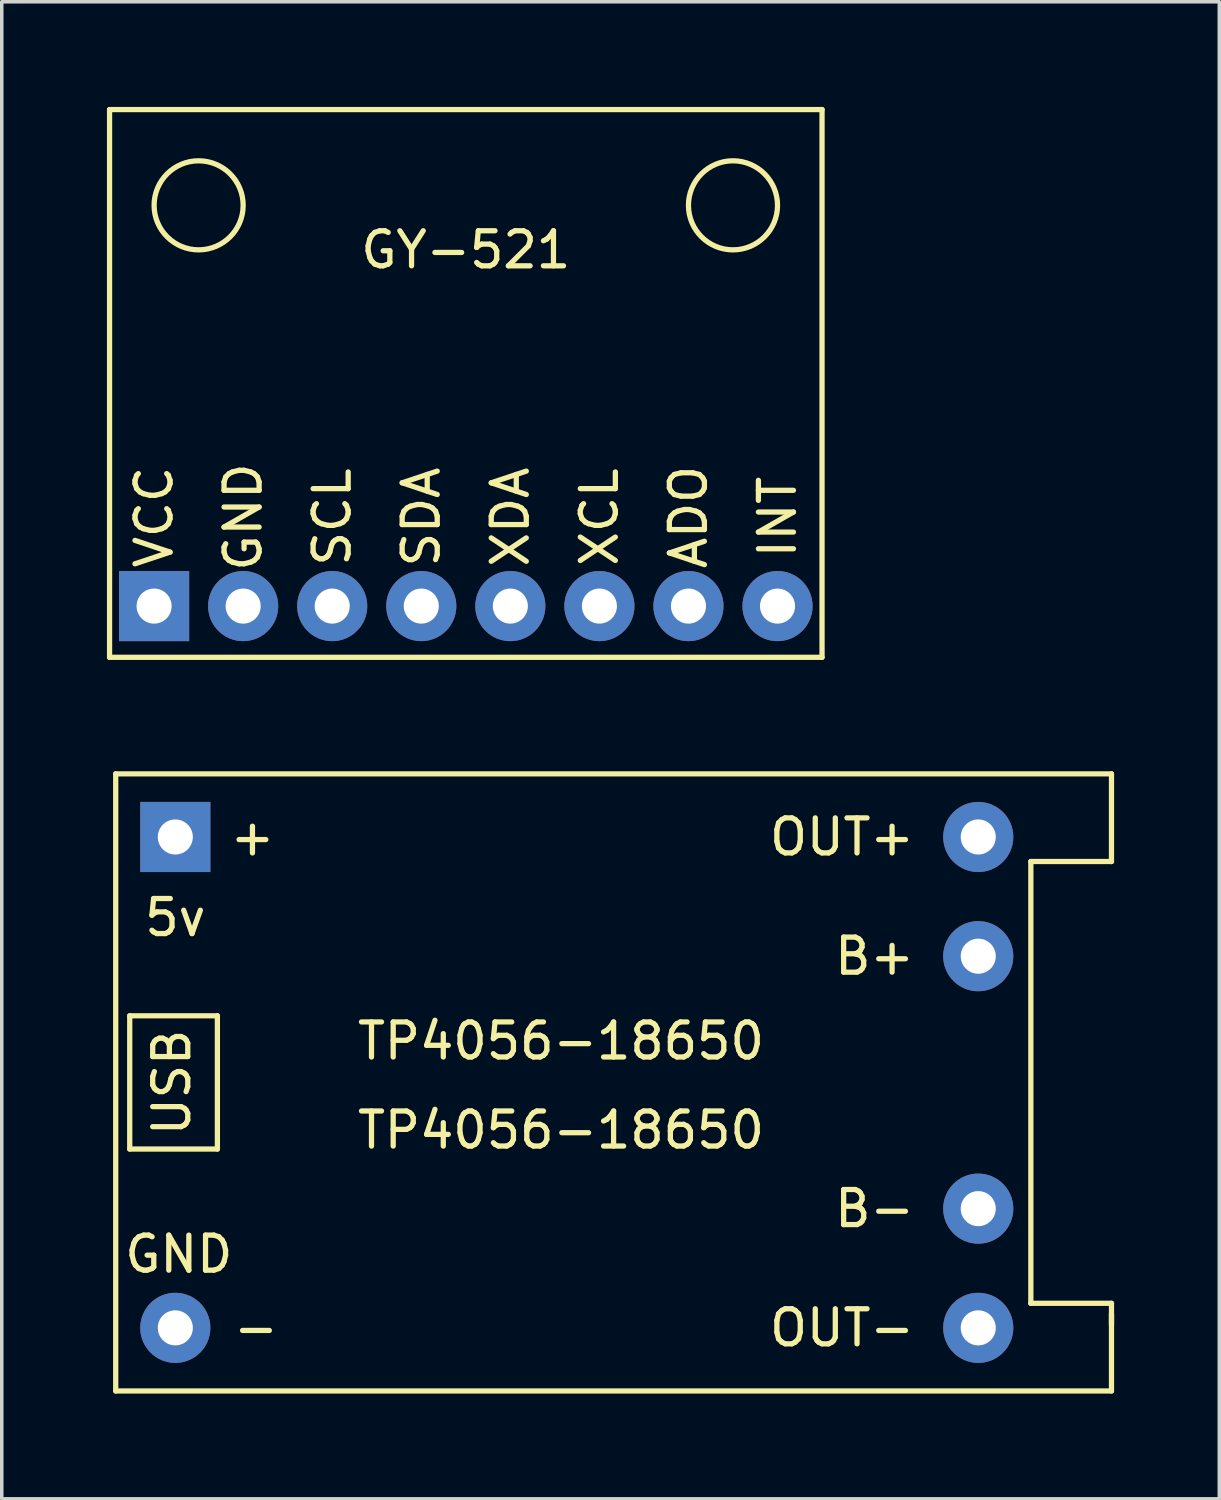
<source format=kicad_pcb>
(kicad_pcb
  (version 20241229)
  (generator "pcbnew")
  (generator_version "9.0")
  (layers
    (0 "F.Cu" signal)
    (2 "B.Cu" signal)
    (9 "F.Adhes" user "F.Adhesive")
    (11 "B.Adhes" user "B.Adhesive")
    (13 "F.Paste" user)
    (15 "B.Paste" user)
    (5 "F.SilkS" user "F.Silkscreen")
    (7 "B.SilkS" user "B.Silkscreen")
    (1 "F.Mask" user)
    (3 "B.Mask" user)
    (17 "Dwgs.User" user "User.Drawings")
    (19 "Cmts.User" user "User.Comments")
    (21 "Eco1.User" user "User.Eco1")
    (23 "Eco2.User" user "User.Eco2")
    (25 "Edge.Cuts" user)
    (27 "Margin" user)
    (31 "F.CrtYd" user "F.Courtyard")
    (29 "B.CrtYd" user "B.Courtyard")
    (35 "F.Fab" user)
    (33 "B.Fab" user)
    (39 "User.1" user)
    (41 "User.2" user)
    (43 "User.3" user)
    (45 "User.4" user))
  (footprint "TP4056-18650"
    (layer "F.Cu")
    (at 0.25 19.021)
    (property "Reference" "TP4056-18650" (at 12.7 7.62 0) (layer "F.SilkS") (effects (font (size 1 1) (thickness 0.15))))
    (attr through_hole)
    (fp_line (start 0 0) (end 28.4 0) (stroke (width 0.15) (type solid)) (layer "F.SilkS"))
    (fp_line (start 0 17.6) (end 0 0) (stroke (width 0.15) (type solid)) (layer "F.SilkS"))
    (fp_line (start 0.4 6.9) (end 2.9 6.9) (stroke (width 0.15) (type solid)) (layer "F.SilkS"))
    (fp_line (start 0.4 10.7) (end 0.4 6.9) (stroke (width 0.15) (type solid)) (layer "F.SilkS"))
    (fp_line (start 2.9 6.9) (end 2.9 10.7) (stroke (width 0.15) (type solid)) (layer "F.SilkS"))
    (fp_line (start 2.9 10.7) (end 0.4 10.7) (stroke (width 0.15) (type solid)) (layer "F.SilkS"))
    (fp_line (start 26.1 2.5) (end 26.1 15.1) (stroke (width 0.15) (type solid)) (layer "F.SilkS"))
    (fp_line (start 26.1 15.1) (end 28.4 15.1) (stroke (width 0.15) (type solid)) (layer "F.SilkS"))
    (fp_line (start 28.4 0) (end 28.4 2.5) (stroke (width 0.15) (type solid)) (layer "F.SilkS"))
    (fp_line (start 28.4 2.5) (end 26.1 2.5) (stroke (width 0.15) (type solid)) (layer "F.SilkS"))
    (fp_line (start 28.4 15.1) (end 28.4 17.6) (stroke (width 0.15) (type solid)) (layer "F.SilkS"))
    (fp_line (start 28.4 15.4) (end 28.4 15.7) (stroke (width 0.15) (type solid)) (layer "F.SilkS"))
    (fp_line (start 28.4 17.6) (end 0 17.6) (stroke (width 0.15) (type solid)) (layer "F.SilkS"))
    (fp_text user "B+" (at 22.86 5.2 0) (layer "F.SilkS") (effects (font (size 1 1) (thickness 0.15)) (justify right)))
    (fp_text user "+" (at 3.9 1.8 0) (layer "F.SilkS") (effects (font (size 1 1) (thickness 0.15))))
    (fp_text user "OUT-" (at 22.86 15.8 0) (layer "F.SilkS") (effects (font (size 1 1) (thickness 0.15)) (justify right)))
    (fp_text user "TP4056-18650" (at 12.7 10.16 0) (layer "F.SilkS") (effects (font (size 1 1) (thickness 0.15))))
    (fp_text user "USB" (at 1.6 8.8 90) (layer "F.SilkS") (effects (font (size 1 1) (thickness 0.15))))
    (fp_text user "5v" (at 1.7 4.1 0) (layer "F.SilkS") (effects (font (size 1 1) (thickness 0.15))))
    (fp_text user "B-" (at 22.86 12.4 0) (layer "F.SilkS") (effects (font (size 1 1) (thickness 0.15)) (justify right)))
    (fp_text user "GND" (at 1.8 13.7 0) (layer "F.SilkS") (effects (font (size 1 1) (thickness 0.15))))
    (fp_text user "OUT+" (at 22.86 1.8 0) (layer "F.SilkS") (effects (font (size 1 1) (thickness 0.15)) (justify right)))
    (fp_text user "-" (at 4 15.8 0) (layer "F.SilkS") (effects (font (size 1 1) (thickness 0.15))))
    (pad "1" thru_hole rect (at 1.7 1.8) (size 2 2) (drill 1) (layers "*.Cu" "*.Mask"))
    (pad "2" thru_hole circle (at 1.7 15.8) (size 2 2) (drill 1) (layers "*.Cu" "*.Mask"))
    (pad "3" thru_hole circle (at 24.6 1.8) (size 2 2) (drill 1) (layers "*.Cu" "*.Mask"))
    (pad "4" thru_hole circle (at 24.6 15.8) (size 2 2) (drill 1) (layers "*.Cu" "*.Mask"))
    (pad "5" thru_hole circle (at 24.6 5.2) (size 2 2) (drill 1) (layers "*.Cu" "*.Mask"))
    (pad "6" thru_hole circle (at 24.6 12.4) (size 2 2) (drill 1) (layers "*.Cu" "*.Mask")))
  (footprint "GY-521"
    (layer "F.Cu")
    (at 10.235 7.886)
    (property "Reference" "GY-521" (at 0 -3.81 0) (layer "F.SilkS") (effects (font (size 1 1) (thickness 0.15))))
    (fp_line (start -10.16 -7.811) (end 10.16 -7.811) (stroke (width 0.15) (type solid)) (layer "F.SilkS"))
    (fp_line (start -10.16 7.811) (end -10.16 -7.811) (stroke (width 0.15) (type solid)) (layer "F.SilkS"))
    (fp_line (start 10.16 -7.811) (end 10.16 7.811) (stroke (width 0.15) (type solid)) (layer "F.SilkS"))
    (fp_line (start 10.16 7.811) (end -10.16 7.811) (stroke (width 0.15) (type solid)) (layer "F.SilkS"))
    (fp_circle (center -7.62 -5.08) (end -6.35 -5.08) (stroke (width 0.15) (type solid)) (fill no) (layer "F.SilkS"))
    (fp_circle (center 7.62 -5.08) (end 8.89 -5.08) (stroke (width 0.15) (type solid)) (fill no) (layer "F.SilkS"))
    (fp_text user "ADO" (at 6.35 3.81 90) (unlocked yes) (layer "F.SilkS") (effects (font (size 1 1) (thickness 0.15))))
    (fp_text user "SDA" (at -1.27 3.81 90) (unlocked yes) (layer "F.SilkS") (effects (font (size 1 1) (thickness 0.15))))
    (fp_text user "XDA" (at 1.27 3.81 90) (unlocked yes) (layer "F.SilkS") (effects (font (size 1 1) (thickness 0.15))))
    (fp_text user "XCL" (at 3.81 3.81 90) (unlocked yes) (layer "F.SilkS") (effects (font (size 1 1) (thickness 0.15))))
    (fp_text user "INT" (at 8.89 3.81 90) (unlocked yes) (layer "F.SilkS") (effects (font (size 1 1) (thickness 0.15))))
    (fp_text user "SCL" (at -3.81 3.81 90) (unlocked yes) (layer "F.SilkS") (effects (font (size 1 1) (thickness 0.15))))
    (fp_text user "GND" (at -6.35 3.81 90) (unlocked yes) (layer "F.SilkS") (effects (font (size 1 1) (thickness 0.15))))
    (fp_text user "VCC" (at -8.89 3.81 90) (unlocked yes) (layer "F.SilkS") (effects (font (size 1 1) (thickness 0.15))))
    (pad "1" thru_hole rect (at -8.89 6.35) (size 2 2) (drill 1) (layers "*.Cu" "*.Mask"))
    (pad "2" thru_hole circle (at -6.35 6.35) (size 2 2) (drill 1) (layers "*.Cu" "*.Mask"))
    (pad "3" thru_hole circle (at -3.81 6.35) (size 2 2) (drill 1) (layers "*.Cu" "*.Mask"))
    (pad "4" thru_hole circle (at -1.27 6.35) (size 2 2) (drill 1) (layers "*.Cu" "*.Mask"))
    (pad "5" thru_hole circle (at 1.27 6.35) (size 2 2) (drill 1) (layers "*.Cu" "*.Mask"))
    (pad "6" thru_hole circle (at 3.81 6.35) (size 2 2) (drill 1) (layers "*.Cu" "*.Mask"))
    (pad "7" thru_hole circle (at 6.35 6.35) (size 2 2) (drill 1) (layers "*.Cu" "*.Mask"))
    (pad "8" thru_hole circle (at 8.89 6.35) (size 2 2) (drill 1) (layers "*.Cu" "*.Mask")))
  (gr_rect
    (start -3 -3)
    (end 31.725 39.696)
    (stroke (width 0.1) (type default))
    (fill no)
    (layer "Edge.Cuts")))
</source>
